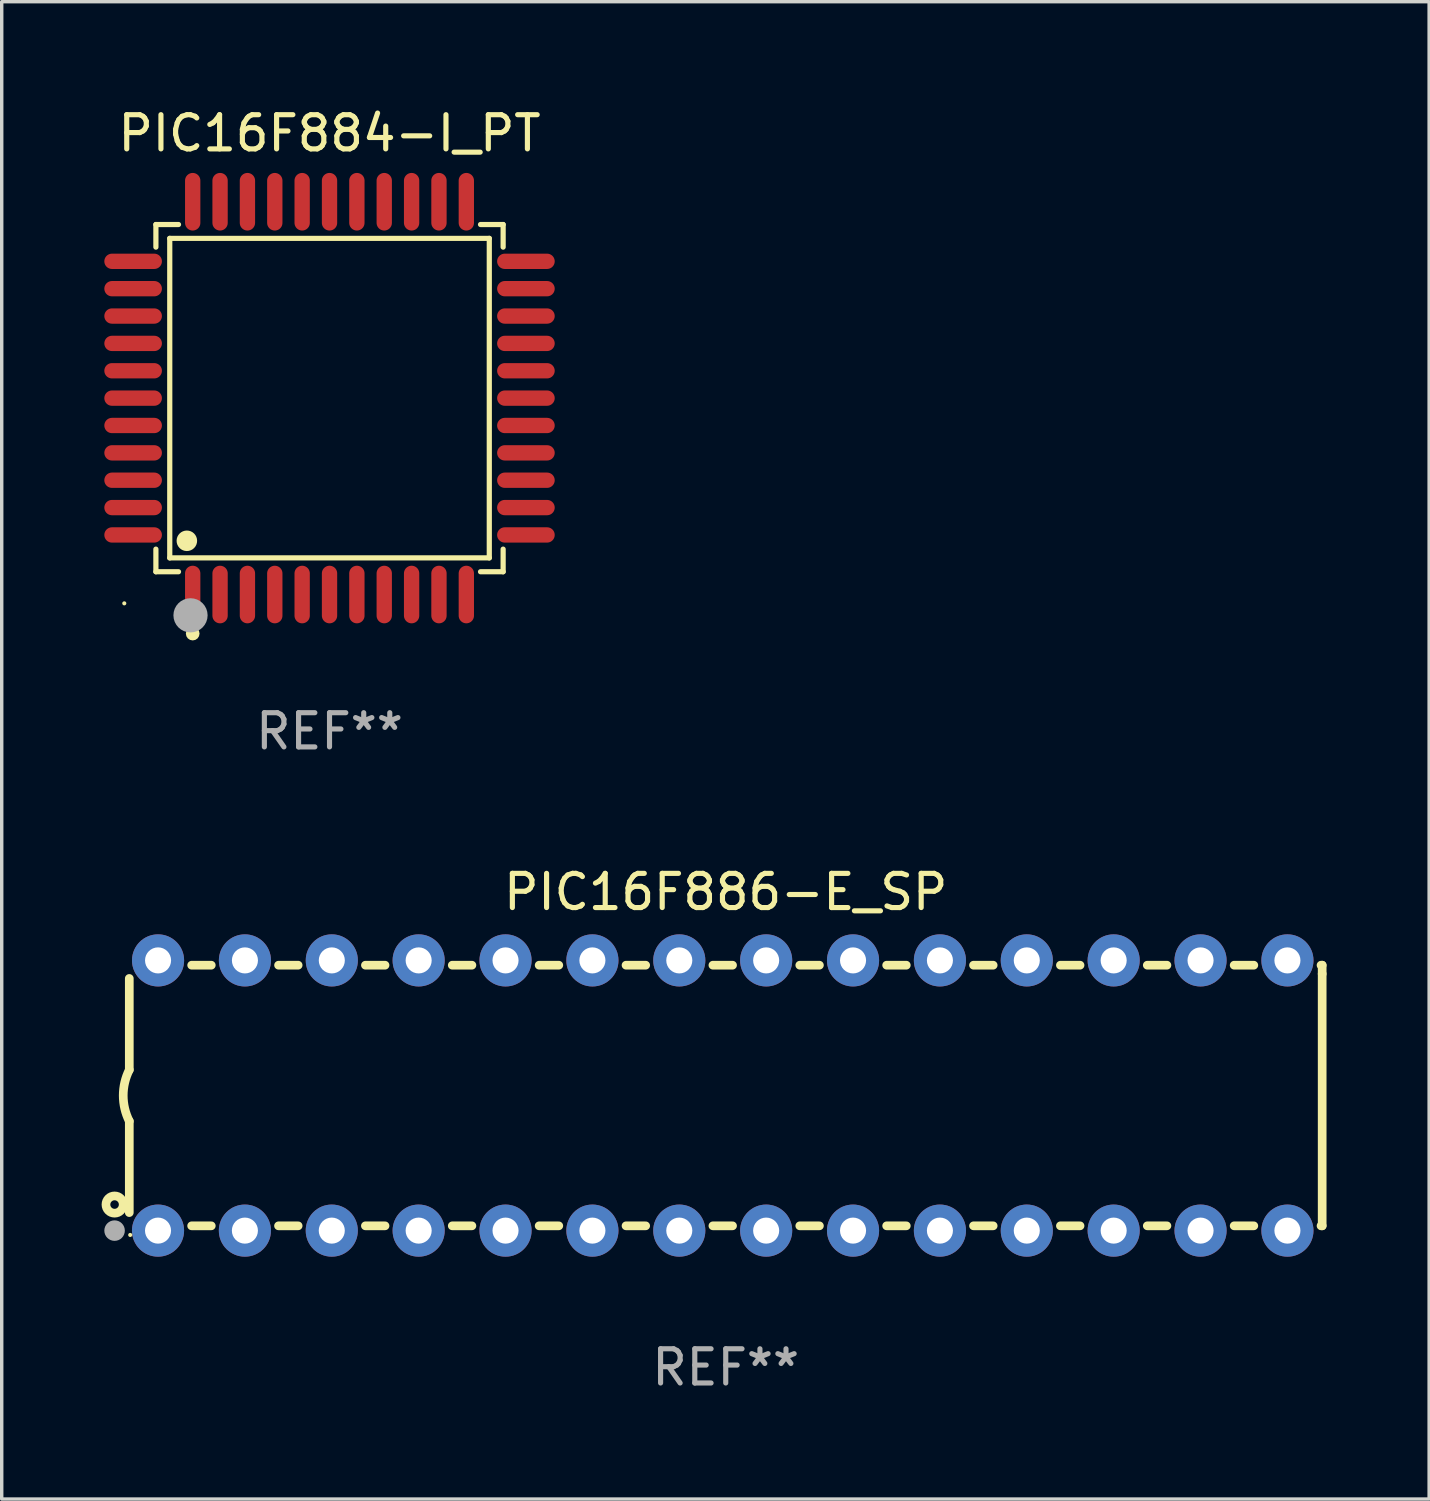
<source format=kicad_pcb>
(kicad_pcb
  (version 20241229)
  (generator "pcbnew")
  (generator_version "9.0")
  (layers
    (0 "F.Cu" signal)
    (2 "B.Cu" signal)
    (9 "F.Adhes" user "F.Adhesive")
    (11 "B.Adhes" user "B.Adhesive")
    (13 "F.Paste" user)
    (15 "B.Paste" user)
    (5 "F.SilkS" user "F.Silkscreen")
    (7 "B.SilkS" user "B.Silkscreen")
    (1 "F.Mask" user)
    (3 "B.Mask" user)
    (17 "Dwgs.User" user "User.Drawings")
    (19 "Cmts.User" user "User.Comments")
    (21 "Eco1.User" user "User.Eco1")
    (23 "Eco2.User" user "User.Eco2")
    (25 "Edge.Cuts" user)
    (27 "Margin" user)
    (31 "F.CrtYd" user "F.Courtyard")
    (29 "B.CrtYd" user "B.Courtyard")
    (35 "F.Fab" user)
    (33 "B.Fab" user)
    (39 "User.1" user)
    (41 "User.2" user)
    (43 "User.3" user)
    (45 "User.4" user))
  (footprint "PIC16F884-I_PT"
    (layer "F.Cu")
    (at 6.584 8.59)
    (property "Reference" "PIC16F884-I_PT" (at 0 -7.742 0) (layer "F.SilkS") (effects (font (size 1 1) (thickness 0.15))))
    (attr through_hole)
    (fp_line (start -5.076 -5.076) (end -4.415 -5.076) (stroke (width 0.152) (type solid)) (layer "F.SilkS"))
    (fp_line (start -5.076 -4.415) (end -5.076 -5.076) (stroke (width 0.152) (type solid)) (layer "F.SilkS"))
    (fp_line (start -5.076 4.415) (end -5.076 5.076) (stroke (width 0.152) (type solid)) (layer "F.SilkS"))
    (fp_line (start -5.076 5.076) (end -4.415 5.076) (stroke (width 0.152) (type solid)) (layer "F.SilkS"))
    (fp_line (start -4.671 -4.671) (end 4.671 -4.671) (stroke (width 0.152) (type solid)) (layer "F.SilkS"))
    (fp_line (start -4.671 4.671) (end -4.671 -4.671) (stroke (width 0.152) (type solid)) (layer "F.SilkS"))
    (fp_line (start 4.671 -4.671) (end 4.671 4.671) (stroke (width 0.152) (type solid)) (layer "F.SilkS"))
    (fp_line (start 4.671 4.671) (end -4.671 4.671) (stroke (width 0.152) (type solid)) (layer "F.SilkS"))
    (fp_line (start 5.076 -5.076) (end 4.415 -5.076) (stroke (width 0.152) (type solid)) (layer "F.SilkS"))
    (fp_line (start 5.076 -4.415) (end 5.076 -5.076) (stroke (width 0.152) (type solid)) (layer "F.SilkS"))
    (fp_line (start 5.076 4.415) (end 5.076 5.076) (stroke (width 0.152) (type solid)) (layer "F.SilkS"))
    (fp_line (start 5.076 5.076) (end 4.415 5.076) (stroke (width 0.152) (type solid)) (layer "F.SilkS"))
    (fp_circle (center -6 6) (end -5.97 6) (stroke (width 0.06) (type solid)) (fill no) (layer "F.SilkS"))
    (fp_circle (center -4.171 4.171) (end -4.021 4.171) (stroke (width 0.3) (type solid)) (fill no) (layer "F.SilkS"))
    (fp_circle (center -4 6.884) (end -3.9 6.884) (stroke (width 0.2) (type solid)) (fill no) (layer "F.SilkS"))
    (fp_circle (center -4.064 6.35) (end -3.814 6.35) (stroke (width 0.5) (type solid)) (fill no) (layer "F.Fab"))
    (fp_text user "REF**" (at 0 9.742 0) (layer "F.Fab") (effects (font (size 1 1) (thickness 0.15))))
    (pad "1" smd oval (at -4 5.742) (size 0.448 1.684) (layers "F.Cu" "F.Mask" "F.Paste"))
    (pad "2" smd oval (at -3.2 5.742) (size 0.448 1.684) (layers "F.Cu" "F.Mask" "F.Paste"))
    (pad "3" smd oval (at -2.4 5.742) (size 0.448 1.684) (layers "F.Cu" "F.Mask" "F.Paste"))
    (pad "4" smd oval (at -1.6 5.742) (size 0.448 1.684) (layers "F.Cu" "F.Mask" "F.Paste"))
    (pad "5" smd oval (at -0.8 5.742) (size 0.448 1.684) (layers "F.Cu" "F.Mask" "F.Paste"))
    (pad "6" smd oval (at 0 5.742) (size 0.448 1.684) (layers "F.Cu" "F.Mask" "F.Paste"))
    (pad "7" smd oval (at 0.8 5.742) (size 0.448 1.684) (layers "F.Cu" "F.Mask" "F.Paste"))
    (pad "8" smd oval (at 1.6 5.742) (size 0.448 1.684) (layers "F.Cu" "F.Mask" "F.Paste"))
    (pad "9" smd oval (at 2.4 5.742) (size 0.448 1.684) (layers "F.Cu" "F.Mask" "F.Paste"))
    (pad "10" smd oval (at 3.2 5.742) (size 0.448 1.684) (layers "F.Cu" "F.Mask" "F.Paste"))
    (pad "11" smd oval (at 4 5.742) (size 0.448 1.684) (layers "F.Cu" "F.Mask" "F.Paste"))
    (pad "12" smd oval (at 5.742 4) (size 1.684 0.448) (layers "F.Cu" "F.Mask" "F.Paste"))
    (pad "13" smd oval (at 5.742 3.2) (size 1.684 0.448) (layers "F.Cu" "F.Mask" "F.Paste"))
    (pad "14" smd oval (at 5.742 2.4) (size 1.684 0.448) (layers "F.Cu" "F.Mask" "F.Paste"))
    (pad "15" smd oval (at 5.742 1.6) (size 1.684 0.448) (layers "F.Cu" "F.Mask" "F.Paste"))
    (pad "16" smd oval (at 5.742 0.8) (size 1.684 0.448) (layers "F.Cu" "F.Mask" "F.Paste"))
    (pad "17" smd oval (at 5.742 0) (size 1.684 0.448) (layers "F.Cu" "F.Mask" "F.Paste"))
    (pad "18" smd oval (at 5.742 -0.8) (size 1.684 0.448) (layers "F.Cu" "F.Mask" "F.Paste"))
    (pad "19" smd oval (at 5.742 -1.6) (size 1.684 0.448) (layers "F.Cu" "F.Mask" "F.Paste"))
    (pad "20" smd oval (at 5.742 -2.4) (size 1.684 0.448) (layers "F.Cu" "F.Mask" "F.Paste"))
    (pad "21" smd oval (at 5.742 -3.2) (size 1.684 0.448) (layers "F.Cu" "F.Mask" "F.Paste"))
    (pad "22" smd oval (at 5.742 -4) (size 1.684 0.448) (layers "F.Cu" "F.Mask" "F.Paste"))
    (pad "23" smd oval (at 4 -5.742) (size 0.448 1.684) (layers "F.Cu" "F.Mask" "F.Paste"))
    (pad "24" smd oval (at 3.2 -5.742) (size 0.448 1.684) (layers "F.Cu" "F.Mask" "F.Paste"))
    (pad "25" smd oval (at 2.4 -5.742) (size 0.448 1.684) (layers "F.Cu" "F.Mask" "F.Paste"))
    (pad "26" smd oval (at 1.6 -5.742) (size 0.448 1.684) (layers "F.Cu" "F.Mask" "F.Paste"))
    (pad "27" smd oval (at 0.8 -5.742) (size 0.448 1.684) (layers "F.Cu" "F.Mask" "F.Paste"))
    (pad "28" smd oval (at 0 -5.742) (size 0.448 1.684) (layers "F.Cu" "F.Mask" "F.Paste"))
    (pad "29" smd oval (at -0.8 -5.742) (size 0.448 1.684) (layers "F.Cu" "F.Mask" "F.Paste"))
    (pad "30" smd oval (at -1.6 -5.742) (size 0.448 1.684) (layers "F.Cu" "F.Mask" "F.Paste"))
    (pad "31" smd oval (at -2.4 -5.742) (size 0.448 1.684) (layers "F.Cu" "F.Mask" "F.Paste"))
    (pad "32" smd oval (at -3.2 -5.742) (size 0.448 1.684) (layers "F.Cu" "F.Mask" "F.Paste"))
    (pad "33" smd oval (at -4 -5.742) (size 0.448 1.684) (layers "F.Cu" "F.Mask" "F.Paste"))
    (pad "34" smd oval (at -5.742 -4) (size 1.684 0.448) (layers "F.Cu" "F.Mask" "F.Paste"))
    (pad "35" smd oval (at -5.742 -3.2) (size 1.684 0.448) (layers "F.Cu" "F.Mask" "F.Paste"))
    (pad "36" smd oval (at -5.742 -2.4) (size 1.684 0.448) (layers "F.Cu" "F.Mask" "F.Paste"))
    (pad "37" smd oval (at -5.742 -1.6) (size 1.684 0.448) (layers "F.Cu" "F.Mask" "F.Paste"))
    (pad "38" smd oval (at -5.742 -0.8) (size 1.684 0.448) (layers "F.Cu" "F.Mask" "F.Paste"))
    (pad "39" smd oval (at -5.742 0) (size 1.684 0.448) (layers "F.Cu" "F.Mask" "F.Paste"))
    (pad "40" smd oval (at -5.742 0.8) (size 1.684 0.448) (layers "F.Cu" "F.Mask" "F.Paste"))
    (pad "41" smd oval (at -5.742 1.6) (size 1.684 0.448) (layers "F.Cu" "F.Mask" "F.Paste"))
    (pad "42" smd oval (at -5.742 2.4) (size 1.684 0.448) (layers "F.Cu" "F.Mask" "F.Paste"))
    (pad "43" smd oval (at -5.742 3.2) (size 1.684 0.448) (layers "F.Cu" "F.Mask" "F.Paste"))
    (pad "44" smd oval (at -5.742 4) (size 1.684 0.448) (layers "F.Cu" "F.Mask" "F.Paste")))
  (footprint "PIC16F886-E_SP"
    (layer "F.Cu")
    (at 18.168 28.979)
    (property "Reference" "PIC16F886-E_SP" (at 0 -5.95 0) (layer "F.SilkS") (effects (font (size 1 1) (thickness 0.15))))
    (attr through_hole)
    (fp_line (start -17.438 0.75) (end -17.438 3.423) (stroke (width 0.254) (type solid)) (layer "F.SilkS"))
    (fp_line (start -17.438 -3.423) (end -17.438 -0.75) (stroke (width 0.254) (type solid)) (layer "F.SilkS"))
    (fp_line (start -15.615 3.81) (end -15.041 3.81) (stroke (width 0.254) (type solid)) (layer "F.SilkS"))
    (fp_line (start -15.041 -3.81) (end -15.614 -3.81) (stroke (width 0.254) (type solid)) (layer "F.SilkS"))
    (fp_line (start -13.075 3.81) (end -12.501 3.81) (stroke (width 0.254) (type solid)) (layer "F.SilkS"))
    (fp_line (start -12.501 -3.81) (end -13.074 -3.81) (stroke (width 0.254) (type solid)) (layer "F.SilkS"))
    (fp_line (start -10.535 3.81) (end -9.961 3.81) (stroke (width 0.254) (type solid)) (layer "F.SilkS"))
    (fp_line (start -9.961 -3.81) (end -10.534 -3.81) (stroke (width 0.254) (type solid)) (layer "F.SilkS"))
    (fp_line (start -7.995 3.81) (end -7.421 3.81) (stroke (width 0.254) (type solid)) (layer "F.SilkS"))
    (fp_line (start -7.421 -3.81) (end -7.995 -3.81) (stroke (width 0.254) (type solid)) (layer "F.SilkS"))
    (fp_line (start -5.455 3.81) (end -4.881 3.81) (stroke (width 0.254) (type solid)) (layer "F.SilkS"))
    (fp_line (start -4.881 -3.81) (end -5.455 -3.81) (stroke (width 0.254) (type solid)) (layer "F.SilkS"))
    (fp_line (start -2.915 3.81) (end -2.341 3.81) (stroke (width 0.254) (type solid)) (layer "F.SilkS"))
    (fp_line (start -2.341 -3.81) (end -2.915 -3.81) (stroke (width 0.254) (type solid)) (layer "F.SilkS"))
    (fp_line (start -0.375 3.81) (end 0.199 3.81) (stroke (width 0.254) (type solid)) (layer "F.SilkS"))
    (fp_line (start 0.199 -3.81) (end -0.375 -3.81) (stroke (width 0.254) (type solid)) (layer "F.SilkS"))
    (fp_line (start 2.165 3.81) (end 2.739 3.81) (stroke (width 0.254) (type solid)) (layer "F.SilkS"))
    (fp_line (start 2.739 -3.81) (end 2.165 -3.81) (stroke (width 0.254) (type solid)) (layer "F.SilkS"))
    (fp_line (start 4.705 3.81) (end 5.279 3.81) (stroke (width 0.254) (type solid)) (layer "F.SilkS"))
    (fp_line (start 5.279 -3.81) (end 4.705 -3.81) (stroke (width 0.254) (type solid)) (layer "F.SilkS"))
    (fp_line (start 7.245 3.81) (end 7.819 3.81) (stroke (width 0.254) (type solid)) (layer "F.SilkS"))
    (fp_line (start 7.819 -3.81) (end 7.245 -3.81) (stroke (width 0.254) (type solid)) (layer "F.SilkS"))
    (fp_line (start 9.785 3.81) (end 10.359 3.81) (stroke (width 0.254) (type solid)) (layer "F.SilkS"))
    (fp_line (start 10.359 -3.81) (end 9.785 -3.81) (stroke (width 0.254) (type solid)) (layer "F.SilkS"))
    (fp_line (start 12.325 3.81) (end 12.899 3.81) (stroke (width 0.254) (type solid)) (layer "F.SilkS"))
    (fp_line (start 12.899 -3.81) (end 12.325 -3.81) (stroke (width 0.254) (type solid)) (layer "F.SilkS"))
    (fp_line (start 14.865 3.81) (end 15.439 3.81) (stroke (width 0.254) (type solid)) (layer "F.SilkS"))
    (fp_line (start 15.439 -3.81) (end 14.865 -3.81) (stroke (width 0.254) (type solid)) (layer "F.SilkS"))
    (fp_line (start 17.405 3.81) (end 17.438 3.81) (stroke (width 0.254) (type solid)) (layer "F.SilkS"))
    (fp_line (start 17.438 -3.81) (end 17.405 -3.81) (stroke (width 0.254) (type solid)) (layer "F.SilkS"))
    (fp_line (start 17.438 -3.556) (end 17.438 -3.81) (stroke (width 0.254) (type solid)) (layer "F.SilkS"))
    (fp_line (start 17.438 3.81) (end 17.438 -3.556) (stroke (width 0.254) (type solid)) (layer "F.SilkS"))
    (fp_arc (start -17.437986 0.749657) (mid -17.614887 -0.000024) (end -17.437783 -0.749657) (stroke (width 0.254001) (type solid)) (layer "F.SilkS"))
    (fp_circle (center -17.868 3.188) (end -17.743 3.188) (stroke (width 0.254) (type solid)) (fill no) (layer "F.SilkS"))
    (fp_circle (center -17.411 4.077) (end -17.381 4.077) (stroke (width 0.06) (type solid)) (fill no) (layer "F.SilkS"))
    (fp_circle (center -17.868 3.95) (end -17.718 3.95) (stroke (width 0.3) (type solid)) (fill no) (layer "F.Fab"))
    (fp_text user "REF**" (at 0 7.95 0) (layer "F.Fab") (effects (font (size 1 1) (thickness 0.15))))
    (pad "1" thru_hole circle (at -16.598 3.95) (size 1.524 1.524) (drill 0.762) (layers "*.Cu" "*.Mask"))
    (pad "2" thru_hole circle (at -14.058 3.95) (size 1.524 1.524) (drill 0.762) (layers "*.Cu" "*.Mask"))
    (pad "3" thru_hole circle (at -11.518 3.95) (size 1.524 1.524) (drill 0.762) (layers "*.Cu" "*.Mask"))
    (pad "4" thru_hole circle (at -8.978 3.95) (size 1.524 1.524) (drill 0.762) (layers "*.Cu" "*.Mask"))
    (pad "5" thru_hole circle (at -6.438 3.95) (size 1.524 1.524) (drill 0.762) (layers "*.Cu" "*.Mask"))
    (pad "6" thru_hole circle (at -3.898 3.95) (size 1.524 1.524) (drill 0.762) (layers "*.Cu" "*.Mask"))
    (pad "7" thru_hole circle (at -1.358 3.95) (size 1.524 1.524) (drill 0.762) (layers "*.Cu" "*.Mask"))
    (pad "8" thru_hole circle (at 1.182 3.95) (size 1.524 1.524) (drill 0.762) (layers "*.Cu" "*.Mask"))
    (pad "9" thru_hole circle (at 3.722 3.95) (size 1.524 1.524) (drill 0.762) (layers "*.Cu" "*.Mask"))
    (pad "10" thru_hole circle (at 6.262 3.95) (size 1.524 1.524) (drill 0.762) (layers "*.Cu" "*.Mask"))
    (pad "11" thru_hole circle (at 8.802 3.95) (size 1.524 1.524) (drill 0.762) (layers "*.Cu" "*.Mask"))
    (pad "12" thru_hole circle (at 11.342 3.95) (size 1.524 1.524) (drill 0.762) (layers "*.Cu" "*.Mask"))
    (pad "13" thru_hole circle (at 13.882 3.95) (size 1.524 1.524) (drill 0.762) (layers "*.Cu" "*.Mask"))
    (pad "14" thru_hole circle (at 16.422 3.95) (size 1.524 1.524) (drill 0.762) (layers "*.Cu" "*.Mask"))
    (pad "15" thru_hole circle (at 16.422 -3.95) (size 1.524 1.524) (drill 0.762) (layers "*.Cu" "*.Mask"))
    (pad "16" thru_hole circle (at 13.882 -3.95) (size 1.524 1.524) (drill 0.762) (layers "*.Cu" "*.Mask"))
    (pad "17" thru_hole circle (at 11.342 -3.95) (size 1.524 1.524) (drill 0.762) (layers "*.Cu" "*.Mask"))
    (pad "18" thru_hole circle (at 8.802 -3.95) (size 1.524 1.524) (drill 0.762) (layers "*.Cu" "*.Mask"))
    (pad "19" thru_hole circle (at 6.262 -3.95) (size 1.524 1.524) (drill 0.762) (layers "*.Cu" "*.Mask"))
    (pad "20" thru_hole circle (at 3.722 -3.95) (size 1.524 1.524) (drill 0.762) (layers "*.Cu" "*.Mask"))
    (pad "21" thru_hole circle (at 1.182 -3.95) (size 1.524 1.524) (drill 0.762) (layers "*.Cu" "*.Mask"))
    (pad "22" thru_hole circle (at -1.358 -3.95) (size 1.524 1.524) (drill 0.762) (layers "*.Cu" "*.Mask"))
    (pad "23" thru_hole circle (at -3.898 -3.95) (size 1.524 1.524) (drill 0.762) (layers "*.Cu" "*.Mask"))
    (pad "24" thru_hole circle (at -6.438 -3.95) (size 1.524 1.524) (drill 0.762) (layers "*.Cu" "*.Mask"))
    (pad "25" thru_hole circle (at -8.978 -3.95) (size 1.524 1.524) (drill 0.762) (layers "*.Cu" "*.Mask"))
    (pad "26" thru_hole circle (at -11.517 -3.95) (size 1.524 1.524) (drill 0.762) (layers "*.Cu" "*.Mask"))
    (pad "27" thru_hole circle (at -14.057 -3.95) (size 1.524 1.524) (drill 0.762) (layers "*.Cu" "*.Mask"))
    (pad "28" thru_hole circle (at -16.597 -3.95) (size 1.524 1.524) (drill 0.762) (layers "*.Cu" "*.Mask")))
  (gr_rect
    (start -3 -3)
    (end 38.733 40.777)
    (stroke (width 0.1) (type default))
    (fill no)
    (layer "Edge.Cuts")))
</source>
